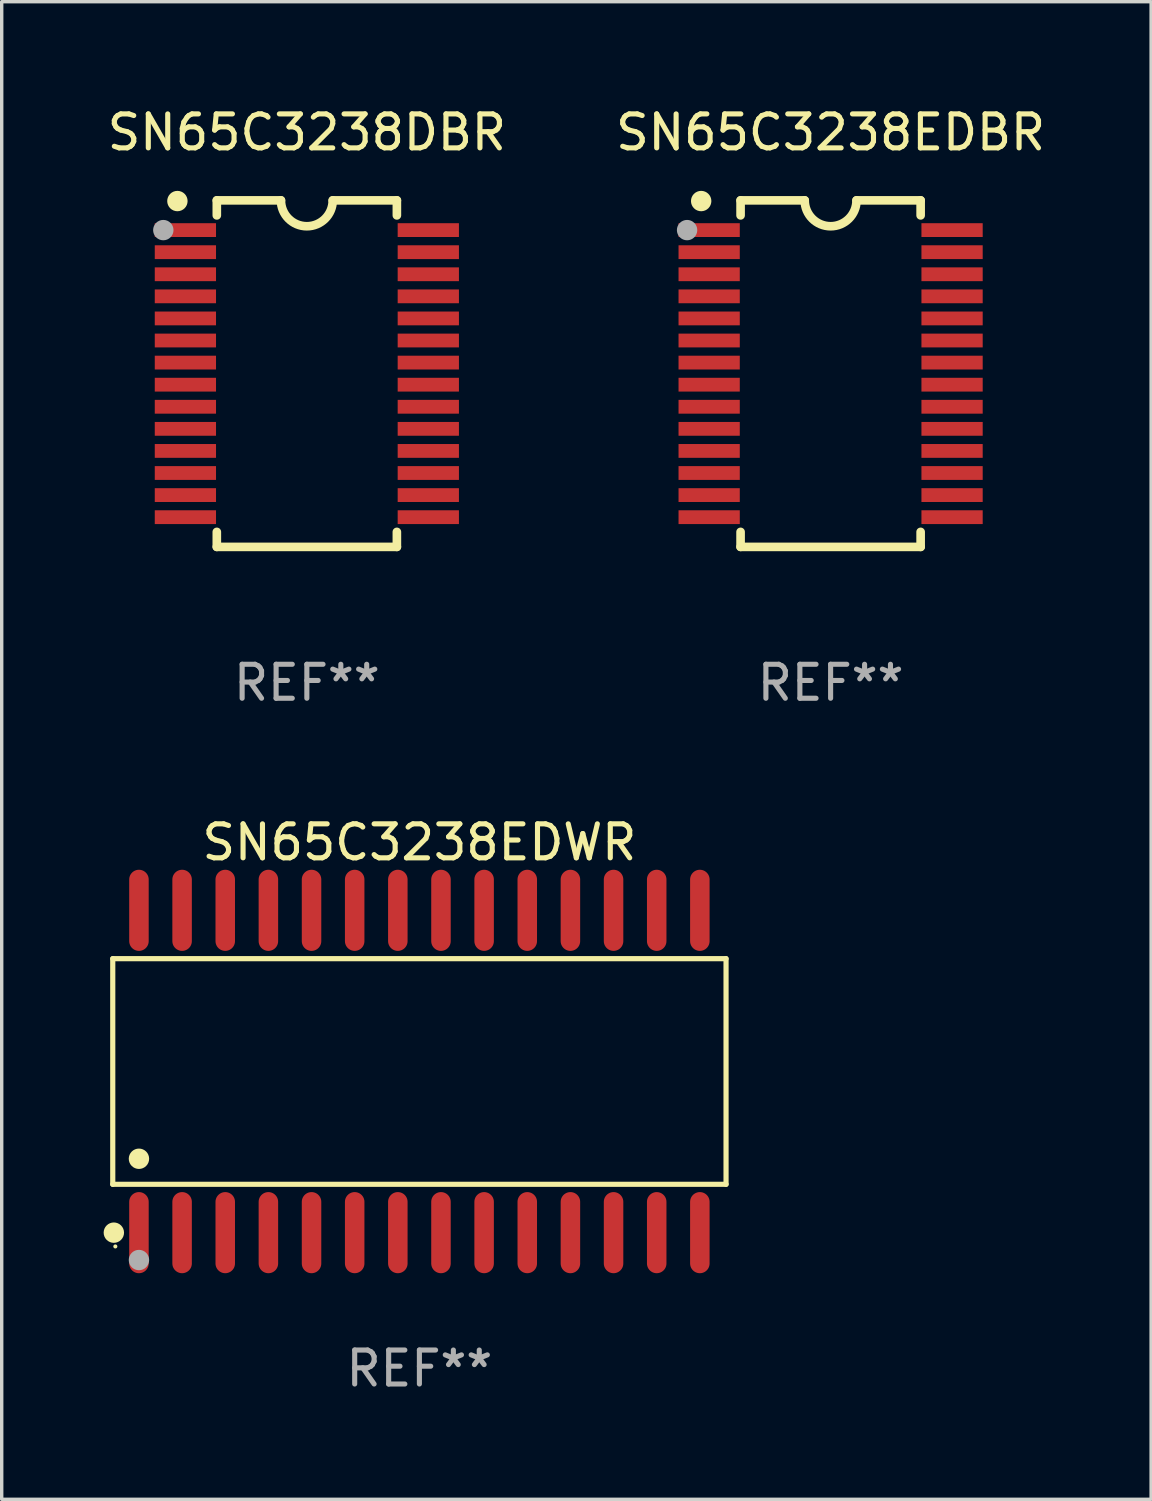
<source format=kicad_pcb>
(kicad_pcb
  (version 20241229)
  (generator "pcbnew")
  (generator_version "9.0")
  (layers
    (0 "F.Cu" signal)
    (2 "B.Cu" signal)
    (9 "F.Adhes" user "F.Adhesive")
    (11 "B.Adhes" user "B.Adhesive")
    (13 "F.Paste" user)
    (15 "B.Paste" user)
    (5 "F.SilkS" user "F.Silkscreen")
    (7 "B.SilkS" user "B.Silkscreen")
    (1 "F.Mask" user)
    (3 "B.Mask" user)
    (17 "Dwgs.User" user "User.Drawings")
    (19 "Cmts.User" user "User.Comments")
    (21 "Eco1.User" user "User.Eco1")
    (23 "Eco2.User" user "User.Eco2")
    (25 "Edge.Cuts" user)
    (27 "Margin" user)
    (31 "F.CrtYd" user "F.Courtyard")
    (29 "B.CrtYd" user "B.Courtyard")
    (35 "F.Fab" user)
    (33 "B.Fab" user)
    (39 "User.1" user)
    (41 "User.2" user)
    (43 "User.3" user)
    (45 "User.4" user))
  (footprint "SN65C3238EDWR"
    (layer "F.Cu")
    (at 9.295 28.489)
    (property "Reference" "SN65C3238EDWR" (at 0 -6.744 0) (layer "F.SilkS") (effects (font (size 1 1) (thickness 0.15))))
    (attr through_hole)
    (fp_line (start -9.026 -3.321) (end 9.026 -3.321) (stroke (width 0.152) (type solid)) (layer "F.SilkS"))
    (fp_line (start -9.026 3.321) (end -9.026 -3.321) (stroke (width 0.152) (type solid)) (layer "F.SilkS"))
    (fp_line (start 9.026 -3.321) (end 9.026 3.321) (stroke (width 0.152) (type solid)) (layer "F.SilkS"))
    (fp_line (start 9.026 3.321) (end -9.026 3.321) (stroke (width 0.152) (type solid)) (layer "F.SilkS"))
    (fp_circle (center -8.994 4.744) (end -8.844 4.744) (stroke (width 0.3) (type solid)) (fill no) (layer "F.SilkS"))
    (fp_circle (center -8.95 5.15) (end -8.92 5.15) (stroke (width 0.06) (type solid)) (fill no) (layer "F.SilkS"))
    (fp_circle (center -8.255 2.569) (end -8.105 2.569) (stroke (width 0.3) (type solid)) (fill no) (layer "F.SilkS"))
    (fp_circle (center -8.255 5.55) (end -8.105 5.55) (stroke (width 0.3) (type solid)) (fill no) (layer "F.Fab"))
    (fp_text user "REF**" (at 0 8.744 0) (layer "F.Fab") (effects (font (size 1 1) (thickness 0.15))))
    (pad "1" smd oval (at -8.255 4.744) (size 0.574 2.388) (layers "F.Cu" "F.Mask" "F.Paste"))
    (pad "2" smd oval (at -6.985 4.744) (size 0.574 2.388) (layers "F.Cu" "F.Mask" "F.Paste"))
    (pad "3" smd oval (at -5.715 4.744) (size 0.574 2.388) (layers "F.Cu" "F.Mask" "F.Paste"))
    (pad "4" smd oval (at -4.445 4.744) (size 0.574 2.388) (layers "F.Cu" "F.Mask" "F.Paste"))
    (pad "5" smd oval (at -3.175 4.744) (size 0.574 2.388) (layers "F.Cu" "F.Mask" "F.Paste"))
    (pad "6" smd oval (at -1.905 4.744) (size 0.574 2.388) (layers "F.Cu" "F.Mask" "F.Paste"))
    (pad "7" smd oval (at -0.635 4.744) (size 0.574 2.388) (layers "F.Cu" "F.Mask" "F.Paste"))
    (pad "8" smd oval (at 0.635 4.744) (size 0.574 2.388) (layers "F.Cu" "F.Mask" "F.Paste"))
    (pad "9" smd oval (at 1.905 4.744) (size 0.574 2.388) (layers "F.Cu" "F.Mask" "F.Paste"))
    (pad "10" smd oval (at 3.175 4.744) (size 0.574 2.388) (layers "F.Cu" "F.Mask" "F.Paste"))
    (pad "11" smd oval (at 4.445 4.744) (size 0.574 2.388) (layers "F.Cu" "F.Mask" "F.Paste"))
    (pad "12" smd oval (at 5.715 4.744) (size 0.574 2.388) (layers "F.Cu" "F.Mask" "F.Paste"))
    (pad "13" smd oval (at 6.985 4.744) (size 0.574 2.388) (layers "F.Cu" "F.Mask" "F.Paste"))
    (pad "14" smd oval (at 8.255 4.744) (size 0.574 2.388) (layers "F.Cu" "F.Mask" "F.Paste"))
    (pad "15" smd oval (at 8.255 -4.744) (size 0.574 2.388) (layers "F.Cu" "F.Mask" "F.Paste"))
    (pad "16" smd oval (at 6.985 -4.744) (size 0.574 2.388) (layers "F.Cu" "F.Mask" "F.Paste"))
    (pad "17" smd oval (at 5.715 -4.744) (size 0.574 2.388) (layers "F.Cu" "F.Mask" "F.Paste"))
    (pad "18" smd oval (at 4.445 -4.744) (size 0.574 2.388) (layers "F.Cu" "F.Mask" "F.Paste"))
    (pad "19" smd oval (at 3.175 -4.744) (size 0.574 2.388) (layers "F.Cu" "F.Mask" "F.Paste"))
    (pad "20" smd oval (at 1.905 -4.744) (size 0.574 2.388) (layers "F.Cu" "F.Mask" "F.Paste"))
    (pad "21" smd oval (at 0.635 -4.744) (size 0.574 2.388) (layers "F.Cu" "F.Mask" "F.Paste"))
    (pad "22" smd oval (at -0.635 -4.744) (size 0.574 2.388) (layers "F.Cu" "F.Mask" "F.Paste"))
    (pad "23" smd oval (at -1.905 -4.744) (size 0.574 2.388) (layers "F.Cu" "F.Mask" "F.Paste"))
    (pad "24" smd oval (at -3.175 -4.744) (size 0.574 2.388) (layers "F.Cu" "F.Mask" "F.Paste"))
    (pad "25" smd oval (at -4.445 -4.744) (size 0.574 2.388) (layers "F.Cu" "F.Mask" "F.Paste"))
    (pad "26" smd oval (at -5.715 -4.744) (size 0.574 2.388) (layers "F.Cu" "F.Mask" "F.Paste"))
    (pad "27" smd oval (at -6.985 -4.744) (size 0.574 2.388) (layers "F.Cu" "F.Mask" "F.Paste"))
    (pad "28" smd oval (at -8.255 -4.744) (size 0.574 2.388) (layers "F.Cu" "F.Mask" "F.Paste")))
  (footprint "SN65C3238EDBR"
    (layer "F.Cu")
    (at 21.399 7.948)
    (property "Reference" "SN65C3238EDBR" (at 0 -7.1 0) (layer "F.SilkS") (effects (font (size 1 1) (thickness 0.15))))
    (attr through_hole)
    (fp_line (start -2.65 -5.1) (end -0.762 -5.1) (stroke (width 0.254) (type solid)) (layer "F.SilkS"))
    (fp_line (start -2.65 -4.658) (end -2.65 -5.1) (stroke (width 0.254) (type solid)) (layer "F.SilkS"))
    (fp_line (start -2.65 5.1) (end -2.65 4.658) (stroke (width 0.254) (type solid)) (layer "F.SilkS"))
    (fp_line (start -2.65 5.1) (end 2.65 5.1) (stroke (width 0.254) (type solid)) (layer "F.SilkS"))
    (fp_line (start 2.65 -5.1) (end 0.762 -5.1) (stroke (width 0.254) (type solid)) (layer "F.SilkS"))
    (fp_line (start 2.65 -5.1) (end 2.65 -4.658) (stroke (width 0.254) (type solid)) (layer "F.SilkS"))
    (fp_line (start 2.65 4.658) (end 2.65 5.1) (stroke (width 0.254) (type solid)) (layer "F.SilkS"))
    (fp_arc (start 0.761925 -5.1) (mid -0.000241 -4.338329) (end -0.762077 -5.10033) (stroke (width 0.254001) (type solid)) (layer "F.SilkS"))
    (fp_circle (center -3.858 -5.07) (end -3.828 -5.07) (stroke (width 0.06) (type solid)) (fill no) (layer "F.SilkS"))
    (fp_circle (center -3.81 -5.08) (end -3.66 -5.08) (stroke (width 0.3) (type solid)) (fill no) (layer "F.SilkS"))
    (fp_circle (center -4.225 -4.225) (end -4.075 -4.225) (stroke (width 0.3) (type solid)) (fill no) (layer "F.Fab"))
    (fp_text user "REF**" (at 0 9.1 0) (layer "F.Fab") (effects (font (size 1 1) (thickness 0.15))))
    (pad "1" smd rect (at -3.575 -4.225) (size 1.803 0.406) (layers "F.Cu" "F.Mask" "F.Paste"))
    (pad "2" smd rect (at -3.575 -3.575) (size 1.803 0.406) (layers "F.Cu" "F.Mask" "F.Paste"))
    (pad "3" smd rect (at -3.575 -2.925) (size 1.803 0.406) (layers "F.Cu" "F.Mask" "F.Paste"))
    (pad "4" smd rect (at -3.575 -2.275) (size 1.803 0.406) (layers "F.Cu" "F.Mask" "F.Paste"))
    (pad "5" smd rect (at -3.575 -1.625) (size 1.803 0.406) (layers "F.Cu" "F.Mask" "F.Paste"))
    (pad "6" smd rect (at -3.575 -0.975) (size 1.803 0.406) (layers "F.Cu" "F.Mask" "F.Paste"))
    (pad "7" smd rect (at -3.575 -0.325) (size 1.803 0.406) (layers "F.Cu" "F.Mask" "F.Paste"))
    (pad "8" smd rect (at -3.575 0.325) (size 1.803 0.406) (layers "F.Cu" "F.Mask" "F.Paste"))
    (pad "9" smd rect (at -3.575 0.975) (size 1.803 0.406) (layers "F.Cu" "F.Mask" "F.Paste"))
    (pad "10" smd rect (at -3.575 1.625) (size 1.803 0.406) (layers "F.Cu" "F.Mask" "F.Paste"))
    (pad "11" smd rect (at -3.575 2.275) (size 1.803 0.406) (layers "F.Cu" "F.Mask" "F.Paste"))
    (pad "12" smd rect (at -3.575 2.925) (size 1.803 0.406) (layers "F.Cu" "F.Mask" "F.Paste"))
    (pad "13" smd rect (at -3.575 3.575) (size 1.803 0.406) (layers "F.Cu" "F.Mask" "F.Paste"))
    (pad "14" smd rect (at -3.575 4.225) (size 1.803 0.406) (layers "F.Cu" "F.Mask" "F.Paste"))
    (pad "15" smd rect (at 3.575 4.225) (size 1.803 0.406) (layers "F.Cu" "F.Mask" "F.Paste"))
    (pad "16" smd rect (at 3.575 3.575) (size 1.803 0.406) (layers "F.Cu" "F.Mask" "F.Paste"))
    (pad "17" smd rect (at 3.575 2.925) (size 1.803 0.406) (layers "F.Cu" "F.Mask" "F.Paste"))
    (pad "18" smd rect (at 3.575 2.275) (size 1.803 0.406) (layers "F.Cu" "F.Mask" "F.Paste"))
    (pad "19" smd rect (at 3.575 1.625) (size 1.803 0.406) (layers "F.Cu" "F.Mask" "F.Paste"))
    (pad "20" smd rect (at 3.575 0.975) (size 1.803 0.406) (layers "F.Cu" "F.Mask" "F.Paste"))
    (pad "21" smd rect (at 3.575 0.325) (size 1.803 0.406) (layers "F.Cu" "F.Mask" "F.Paste"))
    (pad "22" smd rect (at 3.575 -0.325) (size 1.803 0.406) (layers "F.Cu" "F.Mask" "F.Paste"))
    (pad "23" smd rect (at 3.575 -0.975) (size 1.803 0.406) (layers "F.Cu" "F.Mask" "F.Paste"))
    (pad "24" smd rect (at 3.575 -1.625) (size 1.803 0.406) (layers "F.Cu" "F.Mask" "F.Paste"))
    (pad "25" smd rect (at 3.575 -2.275) (size 1.803 0.406) (layers "F.Cu" "F.Mask" "F.Paste"))
    (pad "26" smd rect (at 3.575 -2.925) (size 1.803 0.406) (layers "F.Cu" "F.Mask" "F.Paste"))
    (pad "27" smd rect (at 3.575 -3.575) (size 1.803 0.406) (layers "F.Cu" "F.Mask" "F.Paste"))
    (pad "28" smd rect (at 3.575 -4.225) (size 1.803 0.406) (layers "F.Cu" "F.Mask" "F.Paste")))
  (footprint "SN65C3238DBR"
    (layer "F.Cu")
    (at 5.982 7.948)
    (property "Reference" "SN65C3238DBR" (at 0 -7.1 0) (layer "F.SilkS") (effects (font (size 1 1) (thickness 0.15))))
    (attr through_hole)
    (fp_line (start -2.65 -5.1) (end -0.762 -5.1) (stroke (width 0.254) (type solid)) (layer "F.SilkS"))
    (fp_line (start -2.65 -4.658) (end -2.65 -5.1) (stroke (width 0.254) (type solid)) (layer "F.SilkS"))
    (fp_line (start -2.65 5.1) (end -2.65 4.658) (stroke (width 0.254) (type solid)) (layer "F.SilkS"))
    (fp_line (start -2.65 5.1) (end 2.65 5.1) (stroke (width 0.254) (type solid)) (layer "F.SilkS"))
    (fp_line (start 2.65 -5.1) (end 0.762 -5.1) (stroke (width 0.254) (type solid)) (layer "F.SilkS"))
    (fp_line (start 2.65 -5.1) (end 2.65 -4.658) (stroke (width 0.254) (type solid)) (layer "F.SilkS"))
    (fp_line (start 2.65 4.658) (end 2.65 5.1) (stroke (width 0.254) (type solid)) (layer "F.SilkS"))
    (fp_arc (start 0.761925 -5.1) (mid -0.000241 -4.338329) (end -0.762077 -5.10033) (stroke (width 0.254001) (type solid)) (layer "F.SilkS"))
    (fp_circle (center -3.858 -5.07) (end -3.828 -5.07) (stroke (width 0.06) (type solid)) (fill no) (layer "F.SilkS"))
    (fp_circle (center -3.81 -5.08) (end -3.66 -5.08) (stroke (width 0.3) (type solid)) (fill no) (layer "F.SilkS"))
    (fp_circle (center -4.225 -4.225) (end -4.075 -4.225) (stroke (width 0.3) (type solid)) (fill no) (layer "F.Fab"))
    (fp_text user "REF**" (at 0 9.1 0) (layer "F.Fab") (effects (font (size 1 1) (thickness 0.15))))
    (pad "1" smd rect (at -3.575 -4.225) (size 1.803 0.406) (layers "F.Cu" "F.Mask" "F.Paste"))
    (pad "2" smd rect (at -3.575 -3.575) (size 1.803 0.406) (layers "F.Cu" "F.Mask" "F.Paste"))
    (pad "3" smd rect (at -3.575 -2.925) (size 1.803 0.406) (layers "F.Cu" "F.Mask" "F.Paste"))
    (pad "4" smd rect (at -3.575 -2.275) (size 1.803 0.406) (layers "F.Cu" "F.Mask" "F.Paste"))
    (pad "5" smd rect (at -3.575 -1.625) (size 1.803 0.406) (layers "F.Cu" "F.Mask" "F.Paste"))
    (pad "6" smd rect (at -3.575 -0.975) (size 1.803 0.406) (layers "F.Cu" "F.Mask" "F.Paste"))
    (pad "7" smd rect (at -3.575 -0.325) (size 1.803 0.406) (layers "F.Cu" "F.Mask" "F.Paste"))
    (pad "8" smd rect (at -3.575 0.325) (size 1.803 0.406) (layers "F.Cu" "F.Mask" "F.Paste"))
    (pad "9" smd rect (at -3.575 0.975) (size 1.803 0.406) (layers "F.Cu" "F.Mask" "F.Paste"))
    (pad "10" smd rect (at -3.575 1.625) (size 1.803 0.406) (layers "F.Cu" "F.Mask" "F.Paste"))
    (pad "11" smd rect (at -3.575 2.275) (size 1.803 0.406) (layers "F.Cu" "F.Mask" "F.Paste"))
    (pad "12" smd rect (at -3.575 2.925) (size 1.803 0.406) (layers "F.Cu" "F.Mask" "F.Paste"))
    (pad "13" smd rect (at -3.575 3.575) (size 1.803 0.406) (layers "F.Cu" "F.Mask" "F.Paste"))
    (pad "14" smd rect (at -3.575 4.225) (size 1.803 0.406) (layers "F.Cu" "F.Mask" "F.Paste"))
    (pad "15" smd rect (at 3.575 4.225) (size 1.803 0.406) (layers "F.Cu" "F.Mask" "F.Paste"))
    (pad "16" smd rect (at 3.575 3.575) (size 1.803 0.406) (layers "F.Cu" "F.Mask" "F.Paste"))
    (pad "17" smd rect (at 3.575 2.925) (size 1.803 0.406) (layers "F.Cu" "F.Mask" "F.Paste"))
    (pad "18" smd rect (at 3.575 2.275) (size 1.803 0.406) (layers "F.Cu" "F.Mask" "F.Paste"))
    (pad "19" smd rect (at 3.575 1.625) (size 1.803 0.406) (layers "F.Cu" "F.Mask" "F.Paste"))
    (pad "20" smd rect (at 3.575 0.975) (size 1.803 0.406) (layers "F.Cu" "F.Mask" "F.Paste"))
    (pad "21" smd rect (at 3.575 0.325) (size 1.803 0.406) (layers "F.Cu" "F.Mask" "F.Paste"))
    (pad "22" smd rect (at 3.575 -0.325) (size 1.803 0.406) (layers "F.Cu" "F.Mask" "F.Paste"))
    (pad "23" smd rect (at 3.575 -0.975) (size 1.803 0.406) (layers "F.Cu" "F.Mask" "F.Paste"))
    (pad "24" smd rect (at 3.575 -1.625) (size 1.803 0.406) (layers "F.Cu" "F.Mask" "F.Paste"))
    (pad "25" smd rect (at 3.575 -2.275) (size 1.803 0.406) (layers "F.Cu" "F.Mask" "F.Paste"))
    (pad "26" smd rect (at 3.575 -2.925) (size 1.803 0.406) (layers "F.Cu" "F.Mask" "F.Paste"))
    (pad "27" smd rect (at 3.575 -3.575) (size 1.803 0.406) (layers "F.Cu" "F.Mask" "F.Paste"))
    (pad "28" smd rect (at 3.575 -4.225) (size 1.803 0.406) (layers "F.Cu" "F.Mask" "F.Paste")))
  (gr_rect
    (start -3 -3)
    (end 30.833 41.081)
    (stroke (width 0.1) (type default))
    (fill no)
    (layer "Edge.Cuts")))
</source>
